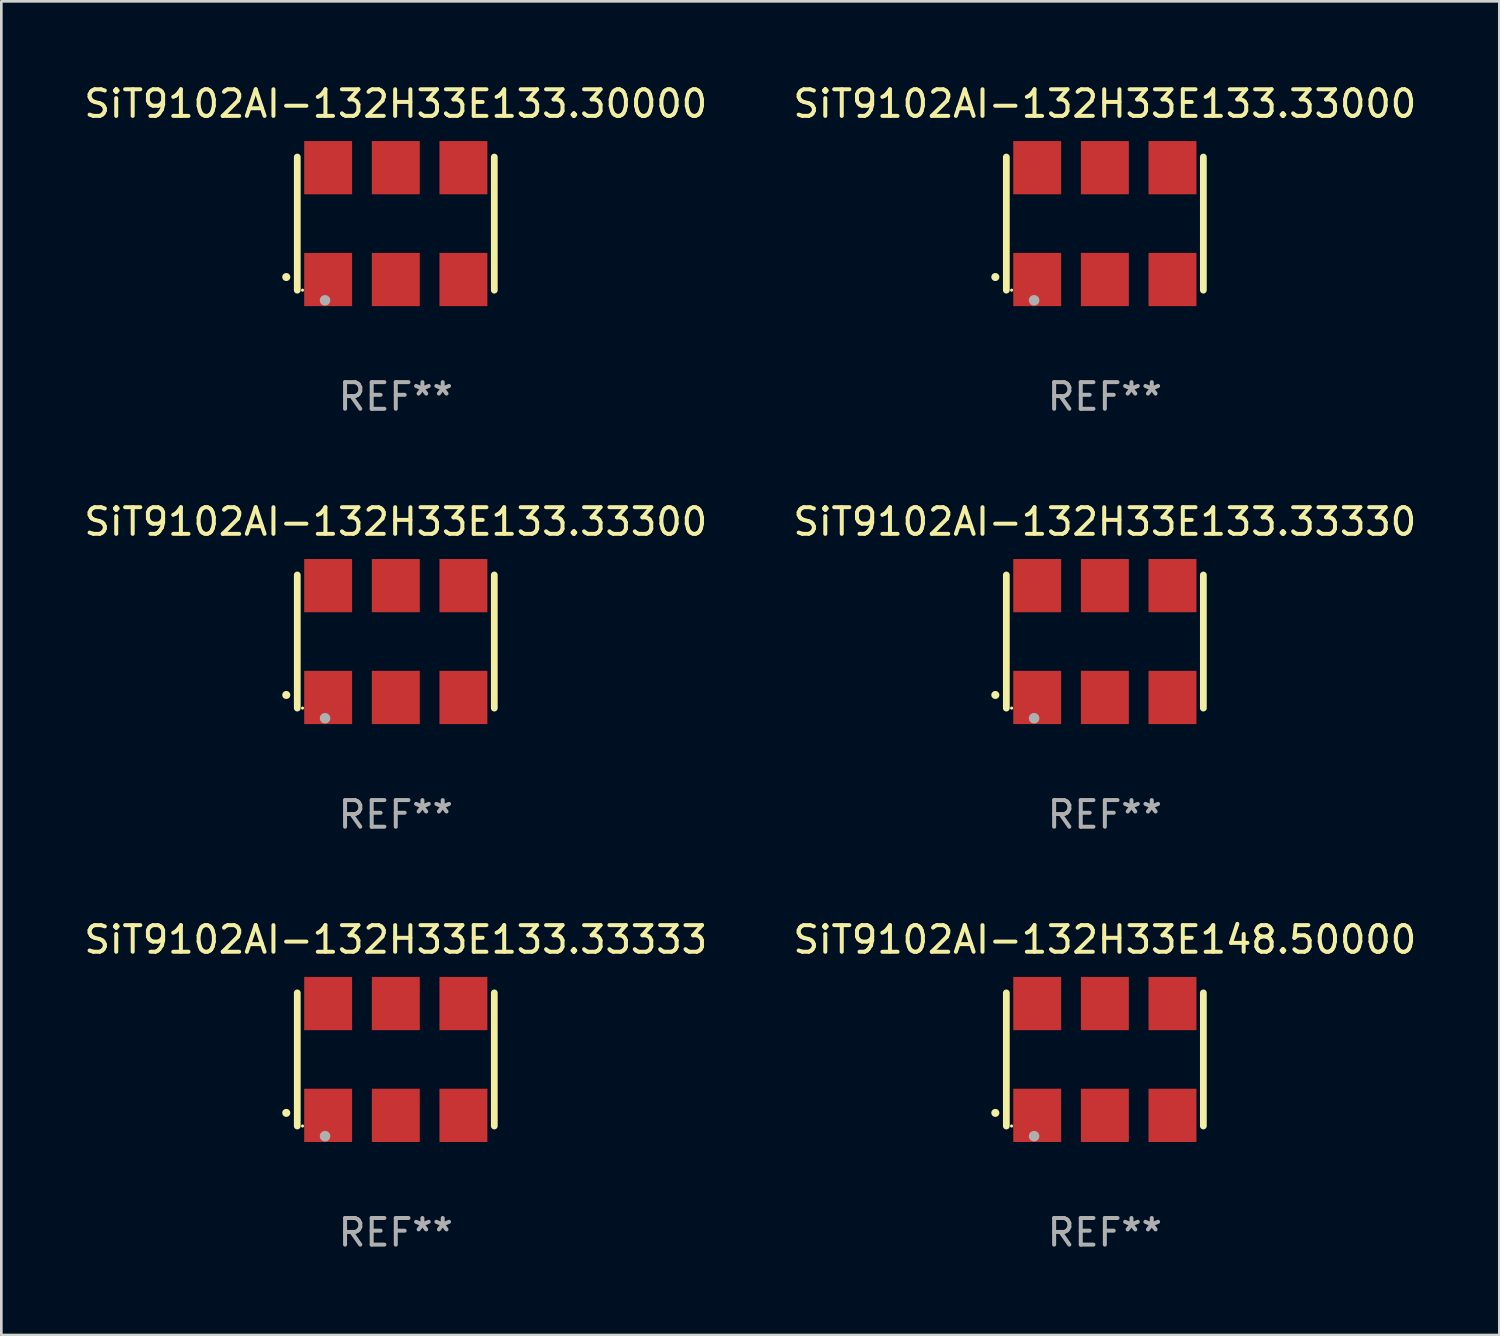
<source format=kicad_pcb>
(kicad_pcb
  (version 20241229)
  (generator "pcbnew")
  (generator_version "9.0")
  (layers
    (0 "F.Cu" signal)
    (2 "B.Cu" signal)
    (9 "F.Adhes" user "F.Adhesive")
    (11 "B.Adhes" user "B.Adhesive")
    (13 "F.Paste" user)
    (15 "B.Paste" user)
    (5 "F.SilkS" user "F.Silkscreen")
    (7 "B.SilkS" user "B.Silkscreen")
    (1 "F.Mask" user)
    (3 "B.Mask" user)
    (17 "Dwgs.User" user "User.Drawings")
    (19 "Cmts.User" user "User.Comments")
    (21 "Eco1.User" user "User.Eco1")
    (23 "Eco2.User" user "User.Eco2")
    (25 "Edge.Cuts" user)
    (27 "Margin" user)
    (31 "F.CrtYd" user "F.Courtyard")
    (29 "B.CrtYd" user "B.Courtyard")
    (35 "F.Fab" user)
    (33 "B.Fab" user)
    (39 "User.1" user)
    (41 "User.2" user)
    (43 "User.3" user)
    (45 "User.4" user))
  (footprint "SiT9102AI-132H33E133.33300"
    (layer "F.Cu")
    (at 11.815 21.045)
    (property "Reference" "SiT9102AI-132H33E133.33300" (at 0 -4.5 0) (layer "F.SilkS") (effects (font (size 1 1) (thickness 0.15))))
    (attr through_hole)
    (fp_line (start -3.7 -2.5) (end -3.7 2.5) (stroke (width 0.254) (type solid)) (layer "F.SilkS"))
    (fp_line (start 3.7 -2.5) (end 3.7 2.5) (stroke (width 0.254) (type solid)) (layer "F.SilkS"))
    (fp_arc (start -4.114415 2.006604) (mid -4.113145 2.006599) (end -4.111875 2.006604) (stroke (width 0.3) (type solid)) (layer "F.SilkS"))
    (fp_circle (center -3.502 2.5) (end -3.472 2.5) (stroke (width 0.06) (type solid)) (fill no) (layer "F.SilkS"))
    (fp_circle (center -2.657 2.882) (end -2.557 2.882) (stroke (width 0.2) (type solid)) (fill no) (layer "F.Fab"))
    (fp_text user "REF**" (at 0 6.5 0) (layer "F.Fab") (effects (font (size 1 1) (thickness 0.15))))
    (pad "1" smd rect (at -2.54 2.1) (size 1.8 2) (layers "F.Cu" "F.Mask" "F.Paste"))
    (pad "2" smd rect (at 0.000394 2.1) (size 1.8 2) (layers "F.Cu" "F.Mask" "F.Paste"))
    (pad "3" smd rect (at 2.54 2.1) (size 1.8 2) (layers "F.Cu" "F.Mask" "F.Paste"))
    (pad "4" smd rect (at 2.54 -2.1) (size 1.8 2) (layers "F.Cu" "F.Mask" "F.Paste"))
    (pad "5" smd rect (at 0.000394 -2.1) (size 1.8 2) (layers "F.Cu" "F.Mask" "F.Paste"))
    (pad "6" smd rect (at -2.54 -2.1) (size 1.8 2) (layers "F.Cu" "F.Mask" "F.Paste")))
  (footprint "SiT9102AI-132H33E133.33330"
    (layer "F.Cu")
    (at 38.446 21.045)
    (property "Reference" "SiT9102AI-132H33E133.33330" (at 0 -4.5 0) (layer "F.SilkS") (effects (font (size 1 1) (thickness 0.15))))
    (attr through_hole)
    (fp_line (start -3.7 -2.5) (end -3.7 2.5) (stroke (width 0.254) (type solid)) (layer "F.SilkS"))
    (fp_line (start 3.7 -2.5) (end 3.7 2.5) (stroke (width 0.254) (type solid)) (layer "F.SilkS"))
    (fp_arc (start -4.114415 2.006604) (mid -4.113145 2.006599) (end -4.111875 2.006604) (stroke (width 0.3) (type solid)) (layer "F.SilkS"))
    (fp_circle (center -3.502 2.5) (end -3.472 2.5) (stroke (width 0.06) (type solid)) (fill no) (layer "F.SilkS"))
    (fp_circle (center -2.657 2.882) (end -2.557 2.882) (stroke (width 0.2) (type solid)) (fill no) (layer "F.Fab"))
    (fp_text user "REF**" (at 0 6.5 0) (layer "F.Fab") (effects (font (size 1 1) (thickness 0.15))))
    (pad "1" smd rect (at -2.54 2.1) (size 1.8 2) (layers "F.Cu" "F.Mask" "F.Paste"))
    (pad "2" smd rect (at 0.000394 2.1) (size 1.8 2) (layers "F.Cu" "F.Mask" "F.Paste"))
    (pad "3" smd rect (at 2.54 2.1) (size 1.8 2) (layers "F.Cu" "F.Mask" "F.Paste"))
    (pad "4" smd rect (at 2.54 -2.1) (size 1.8 2) (layers "F.Cu" "F.Mask" "F.Paste"))
    (pad "5" smd rect (at 0.000394 -2.1) (size 1.8 2) (layers "F.Cu" "F.Mask" "F.Paste"))
    (pad "6" smd rect (at -2.54 -2.1) (size 1.8 2) (layers "F.Cu" "F.Mask" "F.Paste")))
  (footprint "SiT9102AI-132H33E133.33333"
    (layer "F.Cu")
    (at 11.815 36.741)
    (property "Reference" "SiT9102AI-132H33E133.33333" (at 0 -4.5 0) (layer "F.SilkS") (effects (font (size 1 1) (thickness 0.15))))
    (attr through_hole)
    (fp_line (start -3.7 -2.5) (end -3.7 2.5) (stroke (width 0.254) (type solid)) (layer "F.SilkS"))
    (fp_line (start 3.7 -2.5) (end 3.7 2.5) (stroke (width 0.254) (type solid)) (layer "F.SilkS"))
    (fp_arc (start -4.114415 2.006604) (mid -4.113145 2.006599) (end -4.111875 2.006604) (stroke (width 0.3) (type solid)) (layer "F.SilkS"))
    (fp_circle (center -3.502 2.5) (end -3.472 2.5) (stroke (width 0.06) (type solid)) (fill no) (layer "F.SilkS"))
    (fp_circle (center -2.657 2.882) (end -2.557 2.882) (stroke (width 0.2) (type solid)) (fill no) (layer "F.Fab"))
    (fp_text user "REF**" (at 0 6.5 0) (layer "F.Fab") (effects (font (size 1 1) (thickness 0.15))))
    (pad "1" smd rect (at -2.54 2.1) (size 1.8 2) (layers "F.Cu" "F.Mask" "F.Paste"))
    (pad "2" smd rect (at 0.000394 2.1) (size 1.8 2) (layers "F.Cu" "F.Mask" "F.Paste"))
    (pad "3" smd rect (at 2.54 2.1) (size 1.8 2) (layers "F.Cu" "F.Mask" "F.Paste"))
    (pad "4" smd rect (at 2.54 -2.1) (size 1.8 2) (layers "F.Cu" "F.Mask" "F.Paste"))
    (pad "5" smd rect (at 0.000394 -2.1) (size 1.8 2) (layers "F.Cu" "F.Mask" "F.Paste"))
    (pad "6" smd rect (at -2.54 -2.1) (size 1.8 2) (layers "F.Cu" "F.Mask" "F.Paste")))
  (footprint "SiT9102AI-132H33E133.33000"
    (layer "F.Cu")
    (at 38.446 5.348)
    (property "Reference" "SiT9102AI-132H33E133.33000" (at 0 -4.5 0) (layer "F.SilkS") (effects (font (size 1 1) (thickness 0.15))))
    (attr through_hole)
    (fp_line (start -3.7 -2.5) (end -3.7 2.5) (stroke (width 0.254) (type solid)) (layer "F.SilkS"))
    (fp_line (start 3.7 -2.5) (end 3.7 2.5) (stroke (width 0.254) (type solid)) (layer "F.SilkS"))
    (fp_arc (start -4.114415 2.006604) (mid -4.113145 2.006599) (end -4.111875 2.006604) (stroke (width 0.3) (type solid)) (layer "F.SilkS"))
    (fp_circle (center -3.502 2.5) (end -3.472 2.5) (stroke (width 0.06) (type solid)) (fill no) (layer "F.SilkS"))
    (fp_circle (center -2.657 2.882) (end -2.557 2.882) (stroke (width 0.2) (type solid)) (fill no) (layer "F.Fab"))
    (fp_text user "REF**" (at 0 6.5 0) (layer "F.Fab") (effects (font (size 1 1) (thickness 0.15))))
    (pad "1" smd rect (at -2.54 2.1) (size 1.8 2) (layers "F.Cu" "F.Mask" "F.Paste"))
    (pad "2" smd rect (at 0.000394 2.1) (size 1.8 2) (layers "F.Cu" "F.Mask" "F.Paste"))
    (pad "3" smd rect (at 2.54 2.1) (size 1.8 2) (layers "F.Cu" "F.Mask" "F.Paste"))
    (pad "4" smd rect (at 2.54 -2.1) (size 1.8 2) (layers "F.Cu" "F.Mask" "F.Paste"))
    (pad "5" smd rect (at 0.000394 -2.1) (size 1.8 2) (layers "F.Cu" "F.Mask" "F.Paste"))
    (pad "6" smd rect (at -2.54 -2.1) (size 1.8 2) (layers "F.Cu" "F.Mask" "F.Paste")))
  (footprint "SiT9102AI-132H33E148.50000"
    (layer "F.Cu")
    (at 38.446 36.741)
    (property "Reference" "SiT9102AI-132H33E148.50000" (at 0 -4.5 0) (layer "F.SilkS") (effects (font (size 1 1) (thickness 0.15))))
    (attr through_hole)
    (fp_line (start -3.7 -2.5) (end -3.7 2.5) (stroke (width 0.254) (type solid)) (layer "F.SilkS"))
    (fp_line (start 3.7 -2.5) (end 3.7 2.5) (stroke (width 0.254) (type solid)) (layer "F.SilkS"))
    (fp_arc (start -4.114415 2.006604) (mid -4.113145 2.006599) (end -4.111875 2.006604) (stroke (width 0.3) (type solid)) (layer "F.SilkS"))
    (fp_circle (center -3.502 2.5) (end -3.472 2.5) (stroke (width 0.06) (type solid)) (fill no) (layer "F.SilkS"))
    (fp_circle (center -2.657 2.882) (end -2.557 2.882) (stroke (width 0.2) (type solid)) (fill no) (layer "F.Fab"))
    (fp_text user "REF**" (at 0 6.5 0) (layer "F.Fab") (effects (font (size 1 1) (thickness 0.15))))
    (pad "1" smd rect (at -2.54 2.1) (size 1.8 2) (layers "F.Cu" "F.Mask" "F.Paste"))
    (pad "2" smd rect (at 0.000394 2.1) (size 1.8 2) (layers "F.Cu" "F.Mask" "F.Paste"))
    (pad "3" smd rect (at 2.54 2.1) (size 1.8 2) (layers "F.Cu" "F.Mask" "F.Paste"))
    (pad "4" smd rect (at 2.54 -2.1) (size 1.8 2) (layers "F.Cu" "F.Mask" "F.Paste"))
    (pad "5" smd rect (at 0.000394 -2.1) (size 1.8 2) (layers "F.Cu" "F.Mask" "F.Paste"))
    (pad "6" smd rect (at -2.54 -2.1) (size 1.8 2) (layers "F.Cu" "F.Mask" "F.Paste")))
  (footprint "SiT9102AI-132H33E133.30000"
    (layer "F.Cu")
    (at 11.815 5.348)
    (property "Reference" "SiT9102AI-132H33E133.30000" (at 0 -4.5 0) (layer "F.SilkS") (effects (font (size 1 1) (thickness 0.15))))
    (attr through_hole)
    (fp_line (start -3.7 -2.5) (end -3.7 2.5) (stroke (width 0.254) (type solid)) (layer "F.SilkS"))
    (fp_line (start 3.7 -2.5) (end 3.7 2.5) (stroke (width 0.254) (type solid)) (layer "F.SilkS"))
    (fp_arc (start -4.114415 2.006604) (mid -4.113145 2.006599) (end -4.111875 2.006604) (stroke (width 0.3) (type solid)) (layer "F.SilkS"))
    (fp_circle (center -3.502 2.5) (end -3.472 2.5) (stroke (width 0.06) (type solid)) (fill no) (layer "F.SilkS"))
    (fp_circle (center -2.657 2.882) (end -2.557 2.882) (stroke (width 0.2) (type solid)) (fill no) (layer "F.Fab"))
    (fp_text user "REF**" (at 0 6.5 0) (layer "F.Fab") (effects (font (size 1 1) (thickness 0.15))))
    (pad "1" smd rect (at -2.54 2.1) (size 1.8 2) (layers "F.Cu" "F.Mask" "F.Paste"))
    (pad "2" smd rect (at 0.000394 2.1) (size 1.8 2) (layers "F.Cu" "F.Mask" "F.Paste"))
    (pad "3" smd rect (at 2.54 2.1) (size 1.8 2) (layers "F.Cu" "F.Mask" "F.Paste"))
    (pad "4" smd rect (at 2.54 -2.1) (size 1.8 2) (layers "F.Cu" "F.Mask" "F.Paste"))
    (pad "5" smd rect (at 0.000394 -2.1) (size 1.8 2) (layers "F.Cu" "F.Mask" "F.Paste"))
    (pad "6" smd rect (at -2.54 -2.1) (size 1.8 2) (layers "F.Cu" "F.Mask" "F.Paste")))
  (gr_rect
    (start -3 -3)
    (end 53.262 47.09)
    (stroke (width 0.1) (type default))
    (fill no)
    (layer "Edge.Cuts")))
</source>
